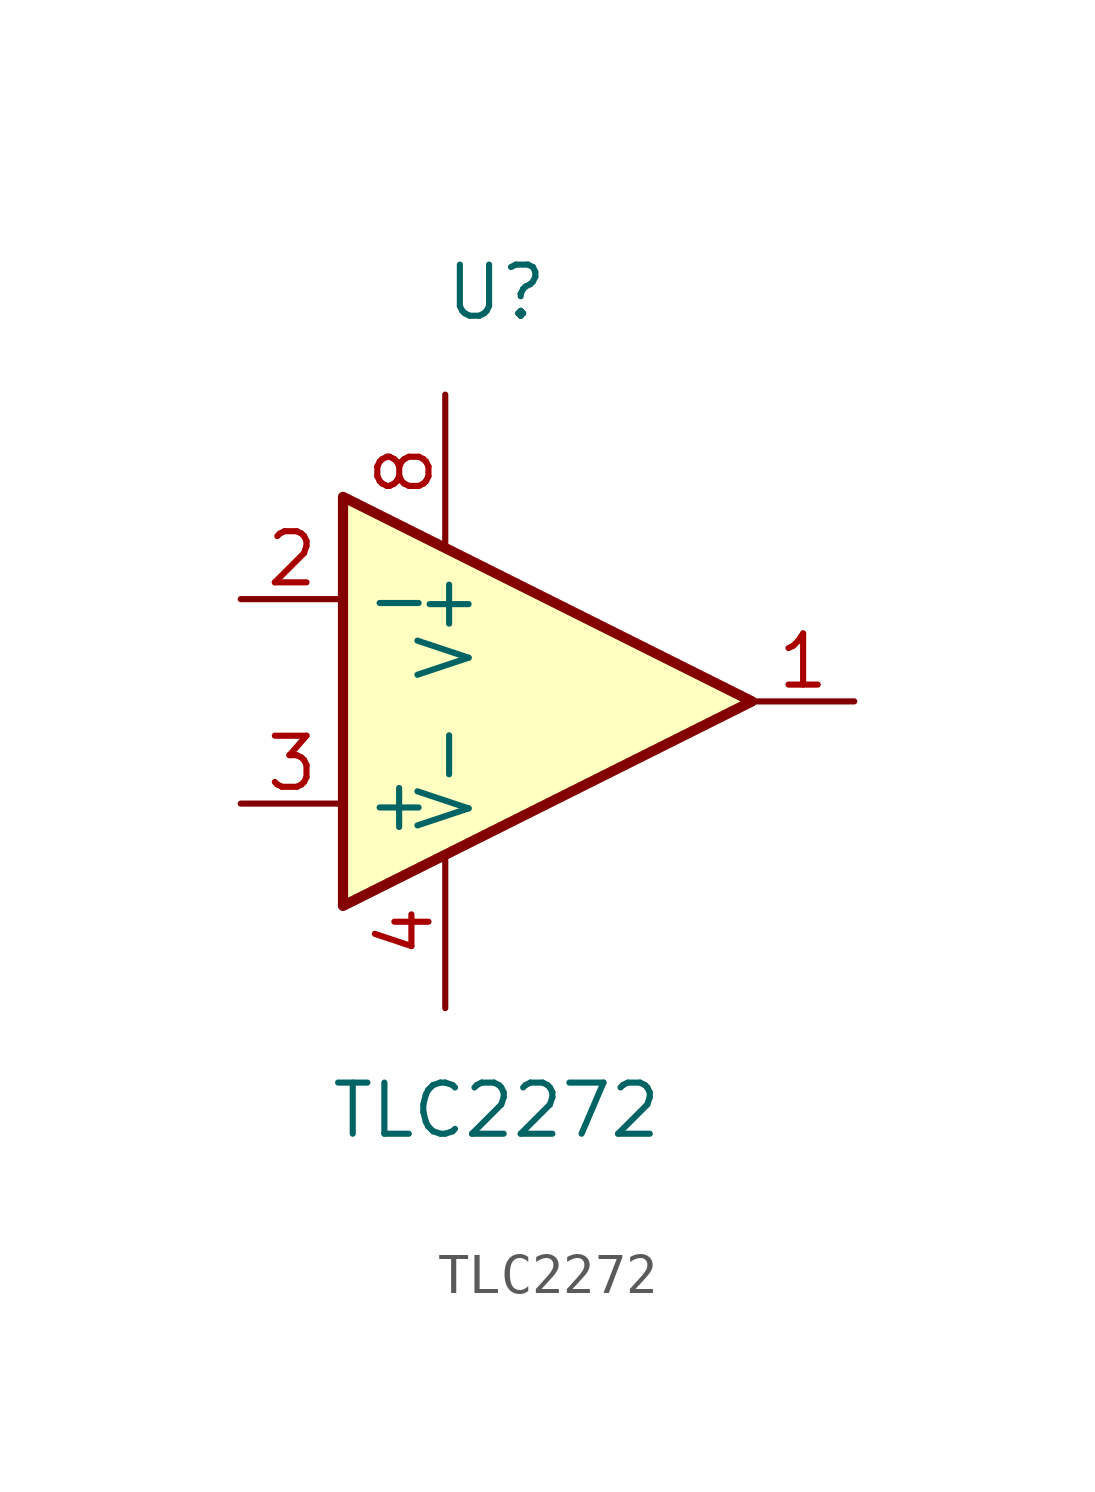
<source format=kicad_sym>
(kicad_symbol_lib
  (version 20211014)
  (generator kicad_symbol_editor)
  (symbol "TLC2272"
    (property "Reference" "U"
      (at 0 10.16 0)
      (effects (font (size 1.27 1.27))))
    (property "Value" "TLC2272"
      (at 0 -10.16 0)
      (effects (font (size 1.27 1.27))))
    (symbol "TLC2272_1_1"
      (polyline (pts (xy -3.81 5.08) (xy 6.35 0) (xy -3.81 -5.08) (xy -3.81 5.08)) (stroke (width 0.254) (type default) (color 0 0 0 0)) (fill (type background)))
      (pin output line (at 8.89 0 180) (length 2.54) (name "~" (effects (font (size 1.27 1.27)))) (number "1" (effects (font (size 1.27 1.27)))))
      (pin input line (at -6.35 2.54 0) (length 2.54) (name "-" (effects (font (size 1.27 1.27)))) (number "2" (effects (font (size 1.27 1.27)))))
      (pin input line (at -6.35 -2.54 0) (length 2.54) (name "+" (effects (font (size 1.27 1.27)))) (number "3" (effects (font (size 1.27 1.27)))))
      (pin power_in line (at -1.27 -7.62 90) (length 3.81) (name "V-" (effects (font (size 1.27 1.27)))) (number "4" (effects (font (size 1.27 1.27)))))
      (pin power_in line (at -1.27 7.62 270) (length 3.81) (name "V+" (effects (font (size 1.27 1.27)))) (number "8" (effects (font (size 1.27 1.27))))))))
</source>
